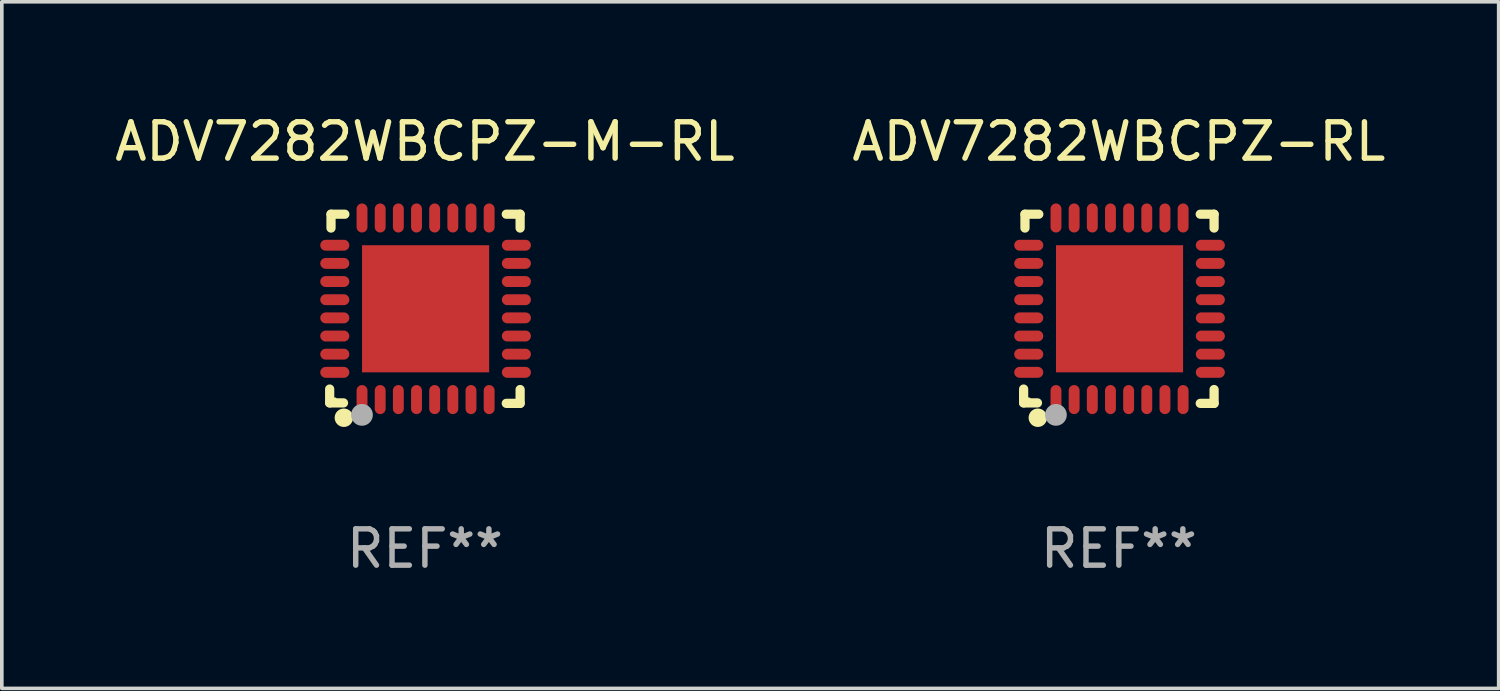
<source format=kicad_pcb>
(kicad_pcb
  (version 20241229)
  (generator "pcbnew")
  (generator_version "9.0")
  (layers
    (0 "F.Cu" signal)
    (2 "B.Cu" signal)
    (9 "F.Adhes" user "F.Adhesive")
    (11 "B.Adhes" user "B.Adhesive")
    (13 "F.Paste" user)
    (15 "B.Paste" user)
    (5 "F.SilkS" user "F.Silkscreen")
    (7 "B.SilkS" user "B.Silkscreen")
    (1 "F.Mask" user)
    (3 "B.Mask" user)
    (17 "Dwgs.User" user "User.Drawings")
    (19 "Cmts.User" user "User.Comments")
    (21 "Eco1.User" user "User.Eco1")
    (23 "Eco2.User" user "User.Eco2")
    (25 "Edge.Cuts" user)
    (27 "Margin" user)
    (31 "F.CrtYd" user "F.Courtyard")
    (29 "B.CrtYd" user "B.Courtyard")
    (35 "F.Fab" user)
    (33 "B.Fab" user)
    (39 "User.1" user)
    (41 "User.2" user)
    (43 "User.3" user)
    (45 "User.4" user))
  (footprint "ADV7282WBCPZ-RL"
    (layer "F.Cu")
    (at 27.756 5.452)
    (property "Reference" "ADV7282WBCPZ-RL" (at 0 -4.604 0) (layer "F.SilkS") (effects (font (size 1 1) (thickness 0.15))))
    (attr through_hole)
    (fp_line (start -2.622 2.21) (end -2.622 2.591) (stroke (width 0.254) (type solid)) (layer "F.SilkS"))
    (fp_line (start -2.622 2.591) (end -2.241 2.591) (stroke (width 0.254) (type solid)) (layer "F.SilkS"))
    (fp_line (start -2.585 -2.604) (end -2.585 -2.223) (stroke (width 0.254) (type solid)) (layer "F.SilkS"))
    (fp_line (start -2.204 -2.604) (end -2.585 -2.604) (stroke (width 0.254) (type solid)) (layer "F.SilkS"))
    (fp_line (start 2.241 2.604) (end 2.622 2.604) (stroke (width 0.254) (type solid)) (layer "F.SilkS"))
    (fp_line (start 2.622 -2.604) (end 2.241 -2.604) (stroke (width 0.254) (type solid)) (layer "F.SilkS"))
    (fp_line (start 2.622 -2.223) (end 2.622 -2.604) (stroke (width 0.254) (type solid)) (layer "F.SilkS"))
    (fp_line (start 2.622 2.604) (end 2.622 2.223) (stroke (width 0.254) (type solid)) (layer "F.SilkS"))
    (fp_circle (center -2.481 2.5) (end -2.451 2.5) (stroke (width 0.06) (type solid)) (fill no) (layer "F.SilkS"))
    (fp_circle (center -2.231 3) (end -2.104 3) (stroke (width 0.254) (type solid)) (fill no) (layer "F.SilkS"))
    (fp_circle (center -1.733 2.921) (end -1.583 2.921) (stroke (width 0.3) (type solid)) (fill no) (layer "F.Fab"))
    (fp_text user "REF**" (at 0 6.604 0) (layer "F.Fab") (effects (font (size 1 1) (thickness 0.15))))
    (pad "1" smd oval (at -1.731 2.5 90) (size 0.8 0.3) (layers "F.Cu" "F.Mask" "F.Paste"))
    (pad "2" smd oval (at -1.231 2.5 90) (size 0.8 0.3) (layers "F.Cu" "F.Mask" "F.Paste"))
    (pad "3" smd oval (at -0.731 2.5 90) (size 0.8 0.3) (layers "F.Cu" "F.Mask" "F.Paste"))
    (pad "4" smd oval (at -0.231 2.5 90) (size 0.8 0.3) (layers "F.Cu" "F.Mask" "F.Paste"))
    (pad "5" smd oval (at 0.269 2.5 90) (size 0.8 0.3) (layers "F.Cu" "F.Mask" "F.Paste"))
    (pad "6" smd oval (at 0.769 2.5 90) (size 0.8 0.3) (layers "F.Cu" "F.Mask" "F.Paste"))
    (pad "7" smd oval (at 1.269 2.5 90) (size 0.8 0.3) (layers "F.Cu" "F.Mask" "F.Paste"))
    (pad "8" smd oval (at 1.769 2.5 90) (size 0.8 0.3) (layers "F.Cu" "F.Mask" "F.Paste"))
    (pad "9" smd oval (at 2.519 1.75 180) (size 0.8 0.3) (layers "F.Cu" "F.Mask" "F.Paste"))
    (pad "10" smd oval (at 2.519 1.25 180) (size 0.8 0.3) (layers "F.Cu" "F.Mask" "F.Paste"))
    (pad "11" smd oval (at 2.519 0.75 180) (size 0.8 0.3) (layers "F.Cu" "F.Mask" "F.Paste"))
    (pad "12" smd oval (at 2.519 0.25 180) (size 0.8 0.3) (layers "F.Cu" "F.Mask" "F.Paste"))
    (pad "13" smd oval (at 2.519 -0.25 180) (size 0.8 0.3) (layers "F.Cu" "F.Mask" "F.Paste"))
    (pad "14" smd oval (at 2.519 -0.75 180) (size 0.8 0.3) (layers "F.Cu" "F.Mask" "F.Paste"))
    (pad "15" smd oval (at 2.519 -1.25 180) (size 0.8 0.3) (layers "F.Cu" "F.Mask" "F.Paste"))
    (pad "16" smd oval (at 2.519 -1.75 180) (size 0.8 0.3) (layers "F.Cu" "F.Mask" "F.Paste"))
    (pad "17" smd oval (at 1.769 -2.5 270) (size 0.8 0.3) (layers "F.Cu" "F.Mask" "F.Paste"))
    (pad "18" smd oval (at 1.269 -2.5 270) (size 0.8 0.3) (layers "F.Cu" "F.Mask" "F.Paste"))
    (pad "19" smd oval (at 0.769 -2.5 270) (size 0.8 0.3) (layers "F.Cu" "F.Mask" "F.Paste"))
    (pad "20" smd oval (at 0.269 -2.5 270) (size 0.8 0.3) (layers "F.Cu" "F.Mask" "F.Paste"))
    (pad "21" smd oval (at -0.231 -2.5 270) (size 0.8 0.3) (layers "F.Cu" "F.Mask" "F.Paste"))
    (pad "22" smd oval (at -0.731 -2.5 270) (size 0.8 0.3) (layers "F.Cu" "F.Mask" "F.Paste"))
    (pad "23" smd oval (at -1.231 -2.5 270) (size 0.8 0.3) (layers "F.Cu" "F.Mask" "F.Paste"))
    (pad "24" smd oval (at -1.731 -2.5 270) (size 0.8 0.3) (layers "F.Cu" "F.Mask" "F.Paste"))
    (pad "25" smd oval (at -2.481 -1.75) (size 0.8 0.3) (layers "F.Cu" "F.Mask" "F.Paste"))
    (pad "26" smd oval (at -2.481 -1.25) (size 0.8 0.3) (layers "F.Cu" "F.Mask" "F.Paste"))
    (pad "27" smd oval (at -2.481 -0.75) (size 0.8 0.3) (layers "F.Cu" "F.Mask" "F.Paste"))
    (pad "28" smd oval (at -2.481 -0.25) (size 0.8 0.3) (layers "F.Cu" "F.Mask" "F.Paste"))
    (pad "29" smd oval (at -2.481 0.25) (size 0.8 0.3) (layers "F.Cu" "F.Mask" "F.Paste"))
    (pad "30" smd oval (at -2.481 0.75) (size 0.8 0.3) (layers "F.Cu" "F.Mask" "F.Paste"))
    (pad "31" smd oval (at -2.481 1.25) (size 0.8 0.3) (layers "F.Cu" "F.Mask" "F.Paste"))
    (pad "32" smd oval (at -2.481 1.75) (size 0.8 0.3) (layers "F.Cu" "F.Mask" "F.Paste"))
    (pad "33" smd rect (at 0.019 -0.000025 90) (size 3.5 3.5) (layers "F.Cu" "F.Mask" "F.Paste")))
  (footprint "ADV7282WBCPZ-M-RL"
    (layer "F.Cu")
    (at 8.649 5.452)
    (property "Reference" "ADV7282WBCPZ-M-RL" (at 0 -4.604 0) (layer "F.SilkS") (effects (font (size 1 1) (thickness 0.15))))
    (attr through_hole)
    (fp_line (start -2.622 2.21) (end -2.622 2.591) (stroke (width 0.254) (type solid)) (layer "F.SilkS"))
    (fp_line (start -2.622 2.591) (end -2.241 2.591) (stroke (width 0.254) (type solid)) (layer "F.SilkS"))
    (fp_line (start -2.585 -2.604) (end -2.585 -2.223) (stroke (width 0.254) (type solid)) (layer "F.SilkS"))
    (fp_line (start -2.204 -2.604) (end -2.585 -2.604) (stroke (width 0.254) (type solid)) (layer "F.SilkS"))
    (fp_line (start 2.241 2.604) (end 2.622 2.604) (stroke (width 0.254) (type solid)) (layer "F.SilkS"))
    (fp_line (start 2.622 -2.604) (end 2.241 -2.604) (stroke (width 0.254) (type solid)) (layer "F.SilkS"))
    (fp_line (start 2.622 -2.223) (end 2.622 -2.604) (stroke (width 0.254) (type solid)) (layer "F.SilkS"))
    (fp_line (start 2.622 2.604) (end 2.622 2.223) (stroke (width 0.254) (type solid)) (layer "F.SilkS"))
    (fp_circle (center -2.481 2.5) (end -2.451 2.5) (stroke (width 0.06) (type solid)) (fill no) (layer "F.SilkS"))
    (fp_circle (center -2.231 3) (end -2.104 3) (stroke (width 0.254) (type solid)) (fill no) (layer "F.SilkS"))
    (fp_circle (center -1.733 2.921) (end -1.583 2.921) (stroke (width 0.3) (type solid)) (fill no) (layer "F.Fab"))
    (fp_text user "REF**" (at 0 6.604 0) (layer "F.Fab") (effects (font (size 1 1) (thickness 0.15))))
    (pad "1" smd oval (at -1.731 2.5 90) (size 0.8 0.3) (layers "F.Cu" "F.Mask" "F.Paste"))
    (pad "2" smd oval (at -1.231 2.5 90) (size 0.8 0.3) (layers "F.Cu" "F.Mask" "F.Paste"))
    (pad "3" smd oval (at -0.731 2.5 90) (size 0.8 0.3) (layers "F.Cu" "F.Mask" "F.Paste"))
    (pad "4" smd oval (at -0.231 2.5 90) (size 0.8 0.3) (layers "F.Cu" "F.Mask" "F.Paste"))
    (pad "5" smd oval (at 0.269 2.5 90) (size 0.8 0.3) (layers "F.Cu" "F.Mask" "F.Paste"))
    (pad "6" smd oval (at 0.769 2.5 90) (size 0.8 0.3) (layers "F.Cu" "F.Mask" "F.Paste"))
    (pad "7" smd oval (at 1.269 2.5 90) (size 0.8 0.3) (layers "F.Cu" "F.Mask" "F.Paste"))
    (pad "8" smd oval (at 1.769 2.5 90) (size 0.8 0.3) (layers "F.Cu" "F.Mask" "F.Paste"))
    (pad "9" smd oval (at 2.519 1.75 180) (size 0.8 0.3) (layers "F.Cu" "F.Mask" "F.Paste"))
    (pad "10" smd oval (at 2.519 1.25 180) (size 0.8 0.3) (layers "F.Cu" "F.Mask" "F.Paste"))
    (pad "11" smd oval (at 2.519 0.75 180) (size 0.8 0.3) (layers "F.Cu" "F.Mask" "F.Paste"))
    (pad "12" smd oval (at 2.519 0.25 180) (size 0.8 0.3) (layers "F.Cu" "F.Mask" "F.Paste"))
    (pad "13" smd oval (at 2.519 -0.25 180) (size 0.8 0.3) (layers "F.Cu" "F.Mask" "F.Paste"))
    (pad "14" smd oval (at 2.519 -0.75 180) (size 0.8 0.3) (layers "F.Cu" "F.Mask" "F.Paste"))
    (pad "15" smd oval (at 2.519 -1.25 180) (size 0.8 0.3) (layers "F.Cu" "F.Mask" "F.Paste"))
    (pad "16" smd oval (at 2.519 -1.75 180) (size 0.8 0.3) (layers "F.Cu" "F.Mask" "F.Paste"))
    (pad "17" smd oval (at 1.769 -2.5 270) (size 0.8 0.3) (layers "F.Cu" "F.Mask" "F.Paste"))
    (pad "18" smd oval (at 1.269 -2.5 270) (size 0.8 0.3) (layers "F.Cu" "F.Mask" "F.Paste"))
    (pad "19" smd oval (at 0.769 -2.5 270) (size 0.8 0.3) (layers "F.Cu" "F.Mask" "F.Paste"))
    (pad "20" smd oval (at 0.269 -2.5 270) (size 0.8 0.3) (layers "F.Cu" "F.Mask" "F.Paste"))
    (pad "21" smd oval (at -0.231 -2.5 270) (size 0.8 0.3) (layers "F.Cu" "F.Mask" "F.Paste"))
    (pad "22" smd oval (at -0.731 -2.5 270) (size 0.8 0.3) (layers "F.Cu" "F.Mask" "F.Paste"))
    (pad "23" smd oval (at -1.231 -2.5 270) (size 0.8 0.3) (layers "F.Cu" "F.Mask" "F.Paste"))
    (pad "24" smd oval (at -1.731 -2.5 270) (size 0.8 0.3) (layers "F.Cu" "F.Mask" "F.Paste"))
    (pad "25" smd oval (at -2.481 -1.75) (size 0.8 0.3) (layers "F.Cu" "F.Mask" "F.Paste"))
    (pad "26" smd oval (at -2.481 -1.25) (size 0.8 0.3) (layers "F.Cu" "F.Mask" "F.Paste"))
    (pad "27" smd oval (at -2.481 -0.75) (size 0.8 0.3) (layers "F.Cu" "F.Mask" "F.Paste"))
    (pad "28" smd oval (at -2.481 -0.25) (size 0.8 0.3) (layers "F.Cu" "F.Mask" "F.Paste"))
    (pad "29" smd oval (at -2.481 0.25) (size 0.8 0.3) (layers "F.Cu" "F.Mask" "F.Paste"))
    (pad "30" smd oval (at -2.481 0.75) (size 0.8 0.3) (layers "F.Cu" "F.Mask" "F.Paste"))
    (pad "31" smd oval (at -2.481 1.25) (size 0.8 0.3) (layers "F.Cu" "F.Mask" "F.Paste"))
    (pad "32" smd oval (at -2.481 1.75) (size 0.8 0.3) (layers "F.Cu" "F.Mask" "F.Paste"))
    (pad "33" smd rect (at 0.019 -0.000025 90) (size 3.5 3.5) (layers "F.Cu" "F.Mask" "F.Paste")))
  (gr_rect
    (start -3 -3)
    (end 38.214 15.904)
    (stroke (width 0.1) (type default))
    (fill no)
    (layer "Edge.Cuts")))
</source>
